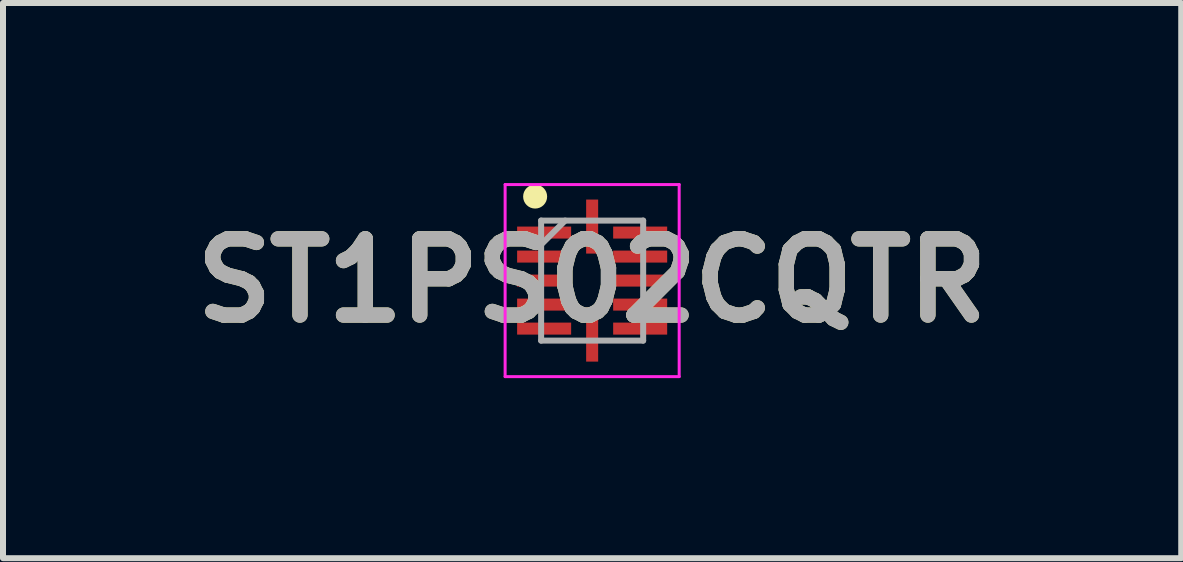
<source format=kicad_pcb>
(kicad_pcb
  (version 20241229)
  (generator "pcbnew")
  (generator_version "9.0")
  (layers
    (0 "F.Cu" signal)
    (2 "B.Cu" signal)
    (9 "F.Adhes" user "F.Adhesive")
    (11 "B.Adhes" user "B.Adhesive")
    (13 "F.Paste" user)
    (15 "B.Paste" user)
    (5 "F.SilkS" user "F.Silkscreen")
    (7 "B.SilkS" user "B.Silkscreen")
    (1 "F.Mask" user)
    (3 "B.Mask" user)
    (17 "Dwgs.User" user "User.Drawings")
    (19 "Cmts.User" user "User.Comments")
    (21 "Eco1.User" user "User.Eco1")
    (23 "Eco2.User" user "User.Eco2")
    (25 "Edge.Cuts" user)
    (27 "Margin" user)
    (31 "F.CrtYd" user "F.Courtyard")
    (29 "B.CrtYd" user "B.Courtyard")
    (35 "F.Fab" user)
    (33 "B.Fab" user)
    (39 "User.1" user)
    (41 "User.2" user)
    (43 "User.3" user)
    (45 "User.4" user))
  (footprint "ST1PS02CQTR"
    (layer "F.Cu")
    (at 6.816 1.625)
    (property "Reference" "ST1PS02CQTR" (at 0 0 0) (layer "F.SilkS") (effects (font (size 1.27 1.27) (thickness 0.254))))
    (attr smd)
    (fp_circle (center -0.95 -1.4) (end -0.95 -1.3) (stroke (width 0.2) (type solid)) (fill no) (layer "F.SilkS"))
    (fp_line (start -1.45 -1.6) (end 1.45 -1.6) (stroke (width 0.05) (type solid)) (layer "F.CrtYd"))
    (fp_line (start -1.45 1.6) (end -1.45 -1.6) (stroke (width 0.05) (type solid)) (layer "F.CrtYd"))
    (fp_line (start 1.45 -1.6) (end 1.45 1.6) (stroke (width 0.05) (type solid)) (layer "F.CrtYd"))
    (fp_line (start 1.45 1.6) (end -1.45 1.6) (stroke (width 0.05) (type solid)) (layer "F.CrtYd"))
    (fp_line (start -0.85 -1) (end 0.85 -1) (stroke (width 0.1) (type solid)) (layer "F.Fab"))
    (fp_line (start -0.85 -0.6) (end -0.45 -1) (stroke (width 0.1) (type solid)) (layer "F.Fab"))
    (fp_line (start -0.85 1) (end -0.85 -1) (stroke (width 0.1) (type solid)) (layer "F.Fab"))
    (fp_line (start 0.85 -1) (end 0.85 1) (stroke (width 0.1) (type solid)) (layer "F.Fab"))
    (fp_line (start 0.85 1) (end -0.85 1) (stroke (width 0.1) (type solid)) (layer "F.Fab"))
    (fp_text user "${REFERENCE}" (at 0 0 0) (layer "F.Fab") (effects (font (size 1.27 1.27) (thickness 0.254))))
    (pad "1" smd rect (at -0.8 -0.8 90) (size 0.2 0.9) (layers "F.Cu" "F.Mask" "F.Paste"))
    (pad "2" smd rect (at -0.8 -0.4 90) (size 0.2 0.9) (layers "F.Cu" "F.Mask" "F.Paste"))
    (pad "3" smd rect (at -0.8 0 90) (size 0.2 0.9) (layers "F.Cu" "F.Mask" "F.Paste"))
    (pad "4" smd rect (at -0.8 0.4 90) (size 0.2 0.9) (layers "F.Cu" "F.Mask" "F.Paste"))
    (pad "5" smd rect (at -0.8 0.8 90) (size 0.2 0.9) (layers "F.Cu" "F.Mask" "F.Paste"))
    (pad "6" smd rect (at 0 0.9) (size 0.2 0.9) (layers "F.Cu" "F.Mask" "F.Paste"))
    (pad "7" smd rect (at 0.8 0.8 90) (size 0.2 0.9) (layers "F.Cu" "F.Mask" "F.Paste"))
    (pad "8" smd rect (at 0.8 0.4 90) (size 0.2 0.9) (layers "F.Cu" "F.Mask" "F.Paste"))
    (pad "9" smd rect (at 0.8 0 90) (size 0.2 0.9) (layers "F.Cu" "F.Mask" "F.Paste"))
    (pad "10" smd rect (at 0.8 -0.4 90) (size 0.2 0.9) (layers "F.Cu" "F.Mask" "F.Paste"))
    (pad "11" smd rect (at 0.8 -0.8 90) (size 0.2 0.9) (layers "F.Cu" "F.Mask" "F.Paste"))
    (pad "12" smd rect (at 0 -0.9) (size 0.2 0.9) (layers "F.Cu" "F.Mask" "F.Paste")))
  (gr_rect
    (start -3 -3)
    (end 16.631 6.25)
    (stroke (width 0.1) (type default))
    (fill no)
    (layer "Edge.Cuts")))
</source>
